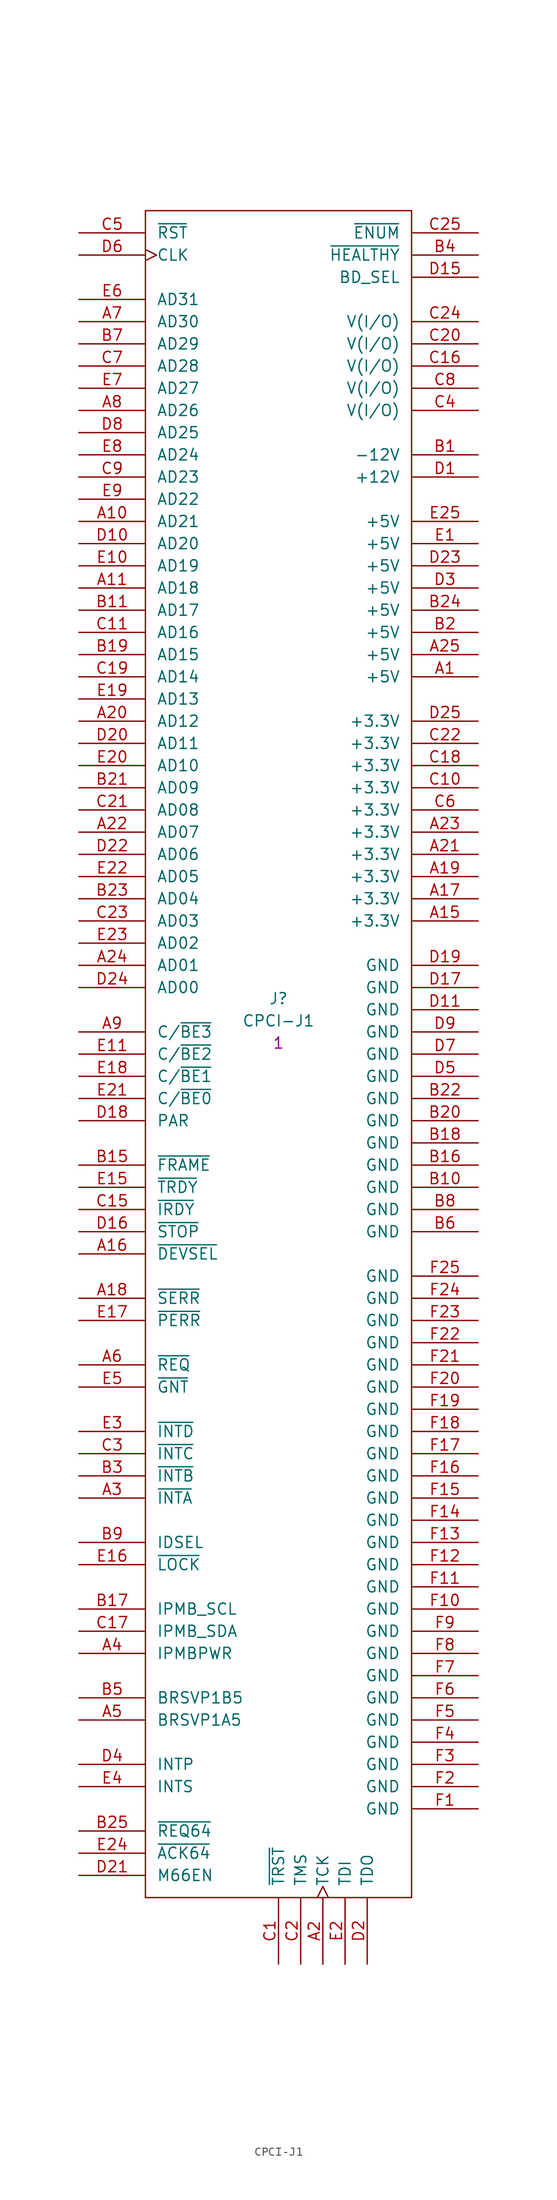
<source format=kicad_sym>
(kicad_symbol_lib
  (version 20211014)
  (generator kicad_symbol_editor)
  (symbol "CPCI-J1"
    (pin_names
      (offset 1.27))
    (property "Reference" "J"
      (at 22.86 -87.63 0)
      (effects (font (size 1.27 1.27))))
    (property "Value" "CPCI-J1"
      (at 22.86 -90.17 0)
      (effects (font (size 1.27 1.27))))
    (property "Qty" "1"
      (at 22.86 -92.71 0)
      (effects (font (size 1.27 1.27))))
    (symbol "CPCI-J1_0_1"
      (rectangle (start 7.62 2.54) (end 38.1 -190.5) (stroke (width 0) (type default) (color 0 0 0 0)) (fill (type none))))
    (symbol "CPCI-J1_1_1"
      (pin power_out line (at 45.72 -50.8 180) (length 7.62) (name "+5V" (effects (font (size 1.27 1.27)))) (number "A1" (effects (font (size 1.27 1.27)))))
      (pin bidirectional line (at 0 -33.02 0) (length 7.62) (name "AD21" (effects (font (size 1.27 1.27)))) (number "A10" (effects (font (size 1.27 1.27)))))
      (pin bidirectional line (at 0 -40.64 0) (length 7.62) (name "AD18" (effects (font (size 1.27 1.27)))) (number "A11" (effects (font (size 1.27 1.27)))))
      (pin power_out line (at 45.72 -78.74 180) (length 7.62) (name "+3.3V" (effects (font (size 1.27 1.27)))) (number "A15" (effects (font (size 1.27 1.27)))))
      (pin bidirectional line (at 0 -116.84 0) (length 7.62) (name "~{DEVSEL}" (effects (font (size 1.27 1.27)))) (number "A16" (effects (font (size 1.27 1.27)))))
      (pin power_out line (at 45.72 -76.2 180) (length 7.62) (name "+3.3V" (effects (font (size 1.27 1.27)))) (number "A17" (effects (font (size 1.27 1.27)))))
      (pin bidirectional line (at 0 -121.92 0) (length 7.62) (name "~{SERR}" (effects (font (size 1.27 1.27)))) (number "A18" (effects (font (size 1.27 1.27)))))
      (pin power_out line (at 45.72 -73.66 180) (length 7.62) (name "+3.3V" (effects (font (size 1.27 1.27)))) (number "A19" (effects (font (size 1.27 1.27)))))
      (pin input clock (at 27.94 -198.12 90) (length 7.62) (name "TCK" (effects (font (size 1.27 1.27)))) (number "A2" (effects (font (size 1.27 1.27)))))
      (pin bidirectional line (at 0 -55.88 0) (length 7.62) (name "AD12" (effects (font (size 1.27 1.27)))) (number "A20" (effects (font (size 1.27 1.27)))))
      (pin power_out line (at 45.72 -71.12 180) (length 7.62) (name "+3.3V" (effects (font (size 1.27 1.27)))) (number "A21" (effects (font (size 1.27 1.27)))))
      (pin bidirectional line (at 0 -68.58 0) (length 7.62) (name "AD07" (effects (font (size 1.27 1.27)))) (number "A22" (effects (font (size 1.27 1.27)))))
      (pin power_out line (at 45.72 -68.58 180) (length 7.62) (name "+3.3V" (effects (font (size 1.27 1.27)))) (number "A23" (effects (font (size 1.27 1.27)))))
      (pin bidirectional line (at 0 -83.82 0) (length 7.62) (name "AD01" (effects (font (size 1.27 1.27)))) (number "A24" (effects (font (size 1.27 1.27)))))
      (pin power_out line (at 45.72 -48.26 180) (length 7.62) (name "+5V" (effects (font (size 1.27 1.27)))) (number "A25" (effects (font (size 1.27 1.27)))))
      (pin output line (at 0 -144.78 0) (length 7.62) (name "~{INTA}" (effects (font (size 1.27 1.27)))) (number "A3" (effects (font (size 1.27 1.27)))))
      (pin passive line (at 0 -162.56 0) (length 7.62) (name "IPMBPWR" (effects (font (size 1.27 1.27)))) (number "A4" (effects (font (size 1.27 1.27)))))
      (pin passive line (at 0 -170.18 0) (length 7.62) (name "BRSVP1A5" (effects (font (size 1.27 1.27)))) (number "A5" (effects (font (size 1.27 1.27)))))
      (pin output line (at 0 -129.54 0) (length 7.62) (name "~{REQ}" (effects (font (size 1.27 1.27)))) (number "A6" (effects (font (size 1.27 1.27)))))
      (pin bidirectional line (at 0 -10.16 0) (length 7.62) (name "AD30" (effects (font (size 1.27 1.27)))) (number "A7" (effects (font (size 1.27 1.27)))))
      (pin bidirectional line (at 0 -20.32 0) (length 7.62) (name "AD26" (effects (font (size 1.27 1.27)))) (number "A8" (effects (font (size 1.27 1.27)))))
      (pin bidirectional line (at 0 -91.44 0) (length 7.62) (name "C/~{BE3}" (effects (font (size 1.27 1.27)))) (number "A9" (effects (font (size 1.27 1.27)))))
      (pin power_out line (at 45.72 -25.4 180) (length 7.62) (name "-12V" (effects (font (size 1.27 1.27)))) (number "B1" (effects (font (size 1.27 1.27)))))
      (pin power_in line (at 45.72 -109.22 180) (length 7.62) (name "GND" (effects (font (size 1.27 1.27)))) (number "B10" (effects (font (size 1.27 1.27)))))
      (pin bidirectional line (at 0 -43.18 0) (length 7.62) (name "AD17" (effects (font (size 1.27 1.27)))) (number "B11" (effects (font (size 1.27 1.27)))))
      (pin bidirectional line (at 0 -106.68 0) (length 7.62) (name "~{FRAME}" (effects (font (size 1.27 1.27)))) (number "B15" (effects (font (size 1.27 1.27)))))
      (pin power_in line (at 45.72 -106.68 180) (length 7.62) (name "GND" (effects (font (size 1.27 1.27)))) (number "B16" (effects (font (size 1.27 1.27)))))
      (pin passive line (at 0 -157.48 0) (length 7.62) (name "IPMB_SCL" (effects (font (size 1.27 1.27)))) (number "B17" (effects (font (size 1.27 1.27)))))
      (pin power_in line (at 45.72 -104.14 180) (length 7.62) (name "GND" (effects (font (size 1.27 1.27)))) (number "B18" (effects (font (size 1.27 1.27)))))
      (pin bidirectional line (at 0 -48.26 0) (length 7.62) (name "AD15" (effects (font (size 1.27 1.27)))) (number "B19" (effects (font (size 1.27 1.27)))))
      (pin power_out line (at 45.72 -45.72 180) (length 7.62) (name "+5V" (effects (font (size 1.27 1.27)))) (number "B2" (effects (font (size 1.27 1.27)))))
      (pin power_in line (at 45.72 -101.6 180) (length 7.62) (name "GND" (effects (font (size 1.27 1.27)))) (number "B20" (effects (font (size 1.27 1.27)))))
      (pin bidirectional line (at 0 -63.5 0) (length 7.62) (name "AD09" (effects (font (size 1.27 1.27)))) (number "B21" (effects (font (size 1.27 1.27)))))
      (pin power_in line (at 45.72 -99.06 180) (length 7.62) (name "GND" (effects (font (size 1.27 1.27)))) (number "B22" (effects (font (size 1.27 1.27)))))
      (pin bidirectional line (at 0 -76.2 0) (length 7.62) (name "AD04" (effects (font (size 1.27 1.27)))) (number "B23" (effects (font (size 1.27 1.27)))))
      (pin power_out line (at 45.72 -43.18 180) (length 7.62) (name "+5V" (effects (font (size 1.27 1.27)))) (number "B24" (effects (font (size 1.27 1.27)))))
      (pin bidirectional line (at 0 -182.88 0) (length 7.62) (name "~{REQ64}" (effects (font (size 1.27 1.27)))) (number "B25" (effects (font (size 1.27 1.27)))))
      (pin output line (at 0 -142.24 0) (length 7.62) (name "~{INTB}" (effects (font (size 1.27 1.27)))) (number "B3" (effects (font (size 1.27 1.27)))))
      (pin passive line (at 45.72 -2.54 180) (length 7.62) (name "~{HEALTHY}" (effects (font (size 1.27 1.27)))) (number "B4" (effects (font (size 1.27 1.27)))))
      (pin passive line (at 0 -167.64 0) (length 7.62) (name "BRSVP1B5" (effects (font (size 1.27 1.27)))) (number "B5" (effects (font (size 1.27 1.27)))))
      (pin power_in line (at 45.72 -114.3 180) (length 7.62) (name "GND" (effects (font (size 1.27 1.27)))) (number "B6" (effects (font (size 1.27 1.27)))))
      (pin bidirectional line (at 0 -12.7 0) (length 7.62) (name "AD29" (effects (font (size 1.27 1.27)))) (number "B7" (effects (font (size 1.27 1.27)))))
      (pin power_in line (at 45.72 -111.76 180) (length 7.62) (name "GND" (effects (font (size 1.27 1.27)))) (number "B8" (effects (font (size 1.27 1.27)))))
      (pin input line (at 0 -149.86 0) (length 7.62) (name "IDSEL" (effects (font (size 1.27 1.27)))) (number "B9" (effects (font (size 1.27 1.27)))))
      (pin input line (at 22.86 -198.12 90) (length 7.62) (name "~{TRST}" (effects (font (size 1.27 1.27)))) (number "C1" (effects (font (size 1.27 1.27)))))
      (pin power_out line (at 45.72 -63.5 180) (length 7.62) (name "+3.3V" (effects (font (size 1.27 1.27)))) (number "C10" (effects (font (size 1.27 1.27)))))
      (pin bidirectional line (at 0 -45.72 0) (length 7.62) (name "AD16" (effects (font (size 1.27 1.27)))) (number "C11" (effects (font (size 1.27 1.27)))))
      (pin bidirectional line (at 0 -111.76 0) (length 7.62) (name "~{IRDY}" (effects (font (size 1.27 1.27)))) (number "C15" (effects (font (size 1.27 1.27)))))
      (pin power_out line (at 45.72 -15.24 180) (length 7.62) (name "V(I/O)" (effects (font (size 1.27 1.27)))) (number "C16" (effects (font (size 1.27 1.27)))))
      (pin passive line (at 0 -160.02 0) (length 7.62) (name "IPMB_SDA" (effects (font (size 1.27 1.27)))) (number "C17" (effects (font (size 1.27 1.27)))))
      (pin power_out line (at 45.72 -60.96 180) (length 7.62) (name "+3.3V" (effects (font (size 1.27 1.27)))) (number "C18" (effects (font (size 1.27 1.27)))))
      (pin bidirectional line (at 0 -50.8 0) (length 7.62) (name "AD14" (effects (font (size 1.27 1.27)))) (number "C19" (effects (font (size 1.27 1.27)))))
      (pin input line (at 25.4 -198.12 90) (length 7.62) (name "TMS" (effects (font (size 1.27 1.27)))) (number "C2" (effects (font (size 1.27 1.27)))))
      (pin power_out line (at 45.72 -12.7 180) (length 7.62) (name "V(I/O)" (effects (font (size 1.27 1.27)))) (number "C20" (effects (font (size 1.27 1.27)))))
      (pin bidirectional line (at 0 -66.04 0) (length 7.62) (name "AD08" (effects (font (size 1.27 1.27)))) (number "C21" (effects (font (size 1.27 1.27)))))
      (pin power_out line (at 45.72 -58.42 180) (length 7.62) (name "+3.3V" (effects (font (size 1.27 1.27)))) (number "C22" (effects (font (size 1.27 1.27)))))
      (pin bidirectional line (at 0 -78.74 0) (length 7.62) (name "AD03" (effects (font (size 1.27 1.27)))) (number "C23" (effects (font (size 1.27 1.27)))))
      (pin power_out line (at 45.72 -10.16 180) (length 7.62) (name "V(I/O)" (effects (font (size 1.27 1.27)))) (number "C24" (effects (font (size 1.27 1.27)))))
      (pin passive line (at 45.72 0 180) (length 7.62) (name "~{ENUM}" (effects (font (size 1.27 1.27)))) (number "C25" (effects (font (size 1.27 1.27)))))
      (pin output line (at 0 -139.7 0) (length 7.62) (name "~{INTC}" (effects (font (size 1.27 1.27)))) (number "C3" (effects (font (size 1.27 1.27)))))
      (pin power_out line (at 45.72 -20.32 180) (length 7.62) (name "V(I/O)" (effects (font (size 1.27 1.27)))) (number "C4" (effects (font (size 1.27 1.27)))))
      (pin input line (at 0 0 0) (length 7.62) (name "~{RST}" (effects (font (size 1.27 1.27)))) (number "C5" (effects (font (size 1.27 1.27)))))
      (pin power_out line (at 45.72 -66.04 180) (length 7.62) (name "+3.3V" (effects (font (size 1.27 1.27)))) (number "C6" (effects (font (size 1.27 1.27)))))
      (pin bidirectional line (at 0 -15.24 0) (length 7.62) (name "AD28" (effects (font (size 1.27 1.27)))) (number "C7" (effects (font (size 1.27 1.27)))))
      (pin power_out line (at 45.72 -17.78 180) (length 7.62) (name "V(I/O)" (effects (font (size 1.27 1.27)))) (number "C8" (effects (font (size 1.27 1.27)))))
      (pin bidirectional line (at 0 -27.94 0) (length 7.62) (name "AD23" (effects (font (size 1.27 1.27)))) (number "C9" (effects (font (size 1.27 1.27)))))
      (pin power_out line (at 45.72 -27.94 180) (length 7.62) (name "+12V" (effects (font (size 1.27 1.27)))) (number "D1" (effects (font (size 1.27 1.27)))))
      (pin bidirectional line (at 0 -35.56 0) (length 7.62) (name "AD20" (effects (font (size 1.27 1.27)))) (number "D10" (effects (font (size 1.27 1.27)))))
      (pin power_in line (at 45.72 -88.9 180) (length 7.62) (name "GND" (effects (font (size 1.27 1.27)))) (number "D11" (effects (font (size 1.27 1.27)))))
      (pin passive line (at 45.72 -5.08 180) (length 7.62) (name "BD_SEL" (effects (font (size 1.27 1.27)))) (number "D15" (effects (font (size 1.27 1.27)))))
      (pin bidirectional line (at 0 -114.3 0) (length 7.62) (name "~{STOP}" (effects (font (size 1.27 1.27)))) (number "D16" (effects (font (size 1.27 1.27)))))
      (pin power_in line (at 45.72 -86.36 180) (length 7.62) (name "GND" (effects (font (size 1.27 1.27)))) (number "D17" (effects (font (size 1.27 1.27)))))
      (pin bidirectional line (at 0 -101.6 0) (length 7.62) (name "PAR" (effects (font (size 1.27 1.27)))) (number "D18" (effects (font (size 1.27 1.27)))))
      (pin power_in line (at 45.72 -83.82 180) (length 7.62) (name "GND" (effects (font (size 1.27 1.27)))) (number "D19" (effects (font (size 1.27 1.27)))))
      (pin output line (at 33.02 -198.12 90) (length 7.62) (name "TDO" (effects (font (size 1.27 1.27)))) (number "D2" (effects (font (size 1.27 1.27)))))
      (pin bidirectional line (at 0 -58.42 0) (length 7.62) (name "AD11" (effects (font (size 1.27 1.27)))) (number "D20" (effects (font (size 1.27 1.27)))))
      (pin passive line (at 0 -187.96 0) (length 7.62) (name "M66EN" (effects (font (size 1.27 1.27)))) (number "D21" (effects (font (size 1.27 1.27)))))
      (pin bidirectional line (at 0 -71.12 0) (length 7.62) (name "AD06" (effects (font (size 1.27 1.27)))) (number "D22" (effects (font (size 1.27 1.27)))))
      (pin power_out line (at 45.72 -38.1 180) (length 7.62) (name "+5V" (effects (font (size 1.27 1.27)))) (number "D23" (effects (font (size 1.27 1.27)))))
      (pin bidirectional line (at 0 -86.36 0) (length 7.62) (name "AD00" (effects (font (size 1.27 1.27)))) (number "D24" (effects (font (size 1.27 1.27)))))
      (pin power_out line (at 45.72 -55.88 180) (length 7.62) (name "+3.3V" (effects (font (size 1.27 1.27)))) (number "D25" (effects (font (size 1.27 1.27)))))
      (pin power_out line (at 45.72 -40.64 180) (length 7.62) (name "+5V" (effects (font (size 1.27 1.27)))) (number "D3" (effects (font (size 1.27 1.27)))))
      (pin passive line (at 0 -175.26 0) (length 7.62) (name "INTP" (effects (font (size 1.27 1.27)))) (number "D4" (effects (font (size 1.27 1.27)))))
      (pin power_in line (at 45.72 -96.52 180) (length 7.62) (name "GND" (effects (font (size 1.27 1.27)))) (number "D5" (effects (font (size 1.27 1.27)))))
      (pin output clock (at 0 -2.54 0) (length 7.62) (name "CLK" (effects (font (size 1.27 1.27)))) (number "D6" (effects (font (size 1.27 1.27)))))
      (pin power_in line (at 45.72 -93.98 180) (length 7.62) (name "GND" (effects (font (size 1.27 1.27)))) (number "D7" (effects (font (size 1.27 1.27)))))
      (pin bidirectional line (at 0 -22.86 0) (length 7.62) (name "AD25" (effects (font (size 1.27 1.27)))) (number "D8" (effects (font (size 1.27 1.27)))))
      (pin power_in line (at 45.72 -91.44 180) (length 7.62) (name "GND" (effects (font (size 1.27 1.27)))) (number "D9" (effects (font (size 1.27 1.27)))))
      (pin power_out line (at 45.72 -35.56 180) (length 7.62) (name "+5V" (effects (font (size 1.27 1.27)))) (number "E1" (effects (font (size 1.27 1.27)))))
      (pin bidirectional line (at 0 -38.1 0) (length 7.62) (name "AD19" (effects (font (size 1.27 1.27)))) (number "E10" (effects (font (size 1.27 1.27)))))
      (pin bidirectional line (at 0 -93.98 0) (length 7.62) (name "C/~{BE2}" (effects (font (size 1.27 1.27)))) (number "E11" (effects (font (size 1.27 1.27)))))
      (pin bidirectional line (at 0 -109.22 0) (length 7.62) (name "~{TRDY}" (effects (font (size 1.27 1.27)))) (number "E15" (effects (font (size 1.27 1.27)))))
      (pin bidirectional line (at 0 -152.4 0) (length 7.62) (name "~{LOCK}" (effects (font (size 1.27 1.27)))) (number "E16" (effects (font (size 1.27 1.27)))))
      (pin bidirectional line (at 0 -124.46 0) (length 7.62) (name "~{PERR}" (effects (font (size 1.27 1.27)))) (number "E17" (effects (font (size 1.27 1.27)))))
      (pin bidirectional line (at 0 -96.52 0) (length 7.62) (name "C/~{BE1}" (effects (font (size 1.27 1.27)))) (number "E18" (effects (font (size 1.27 1.27)))))
      (pin bidirectional line (at 0 -53.34 0) (length 7.62) (name "AD13" (effects (font (size 1.27 1.27)))) (number "E19" (effects (font (size 1.27 1.27)))))
      (pin input line (at 30.48 -198.12 90) (length 7.62) (name "TDI" (effects (font (size 1.27 1.27)))) (number "E2" (effects (font (size 1.27 1.27)))))
      (pin bidirectional line (at 0 -60.96 0) (length 7.62) (name "AD10" (effects (font (size 1.27 1.27)))) (number "E20" (effects (font (size 1.27 1.27)))))
      (pin bidirectional line (at 0 -99.06 0) (length 7.62) (name "C/~{BE0}" (effects (font (size 1.27 1.27)))) (number "E21" (effects (font (size 1.27 1.27)))))
      (pin bidirectional line (at 0 -73.66 0) (length 7.62) (name "AD05" (effects (font (size 1.27 1.27)))) (number "E22" (effects (font (size 1.27 1.27)))))
      (pin bidirectional line (at 0 -81.28 0) (length 7.62) (name "AD02" (effects (font (size 1.27 1.27)))) (number "E23" (effects (font (size 1.27 1.27)))))
      (pin bidirectional line (at 0 -185.42 0) (length 7.62) (name "~{ACK64}" (effects (font (size 1.27 1.27)))) (number "E24" (effects (font (size 1.27 1.27)))))
      (pin power_out line (at 45.72 -33.02 180) (length 7.62) (name "+5V" (effects (font (size 1.27 1.27)))) (number "E25" (effects (font (size 1.27 1.27)))))
      (pin output line (at 0 -137.16 0) (length 7.62) (name "~{INTD}" (effects (font (size 1.27 1.27)))) (number "E3" (effects (font (size 1.27 1.27)))))
      (pin passive line (at 0 -177.8 0) (length 7.62) (name "INTS" (effects (font (size 1.27 1.27)))) (number "E4" (effects (font (size 1.27 1.27)))))
      (pin input line (at 0 -132.08 0) (length 7.62) (name "~{GNT}" (effects (font (size 1.27 1.27)))) (number "E5" (effects (font (size 1.27 1.27)))))
      (pin bidirectional line (at 0 -7.62 0) (length 7.62) (name "AD31" (effects (font (size 1.27 1.27)))) (number "E6" (effects (font (size 1.27 1.27)))))
      (pin bidirectional line (at 0 -17.78 0) (length 7.62) (name "AD27" (effects (font (size 1.27 1.27)))) (number "E7" (effects (font (size 1.27 1.27)))))
      (pin bidirectional line (at 0 -25.4 0) (length 7.62) (name "AD24" (effects (font (size 1.27 1.27)))) (number "E8" (effects (font (size 1.27 1.27)))))
      (pin bidirectional line (at 0 -30.48 0) (length 7.62) (name "AD22" (effects (font (size 1.27 1.27)))) (number "E9" (effects (font (size 1.27 1.27)))))
      (pin power_in line (at 45.72 -180.34 180) (length 7.62) (name "GND" (effects (font (size 1.27 1.27)))) (number "F1" (effects (font (size 1.27 1.27)))))
      (pin power_in line (at 45.72 -157.48 180) (length 7.62) (name "GND" (effects (font (size 1.27 1.27)))) (number "F10" (effects (font (size 1.27 1.27)))))
      (pin power_in line (at 45.72 -154.94 180) (length 7.62) (name "GND" (effects (font (size 1.27 1.27)))) (number "F11" (effects (font (size 1.27 1.27)))))
      (pin power_in line (at 45.72 -152.4 180) (length 7.62) (name "GND" (effects (font (size 1.27 1.27)))) (number "F12" (effects (font (size 1.27 1.27)))))
      (pin power_in line (at 45.72 -149.86 180) (length 7.62) (name "GND" (effects (font (size 1.27 1.27)))) (number "F13" (effects (font (size 1.27 1.27)))))
      (pin power_in line (at 45.72 -147.32 180) (length 7.62) (name "GND" (effects (font (size 1.27 1.27)))) (number "F14" (effects (font (size 1.27 1.27)))))
      (pin power_in line (at 45.72 -144.78 180) (length 7.62) (name "GND" (effects (font (size 1.27 1.27)))) (number "F15" (effects (font (size 1.27 1.27)))))
      (pin power_in line (at 45.72 -142.24 180) (length 7.62) (name "GND" (effects (font (size 1.27 1.27)))) (number "F16" (effects (font (size 1.27 1.27)))))
      (pin power_in line (at 45.72 -139.7 180) (length 7.62) (name "GND" (effects (font (size 1.27 1.27)))) (number "F17" (effects (font (size 1.27 1.27)))))
      (pin power_in line (at 45.72 -137.16 180) (length 7.62) (name "GND" (effects (font (size 1.27 1.27)))) (number "F18" (effects (font (size 1.27 1.27)))))
      (pin power_in line (at 45.72 -134.62 180) (length 7.62) (name "GND" (effects (font (size 1.27 1.27)))) (number "F19" (effects (font (size 1.27 1.27)))))
      (pin power_in line (at 45.72 -177.8 180) (length 7.62) (name "GND" (effects (font (size 1.27 1.27)))) (number "F2" (effects (font (size 1.27 1.27)))))
      (pin power_in line (at 45.72 -132.08 180) (length 7.62) (name "GND" (effects (font (size 1.27 1.27)))) (number "F20" (effects (font (size 1.27 1.27)))))
      (pin power_in line (at 45.72 -129.54 180) (length 7.62) (name "GND" (effects (font (size 1.27 1.27)))) (number "F21" (effects (font (size 1.27 1.27)))))
      (pin power_in line (at 45.72 -127 180) (length 7.62) (name "GND" (effects (font (size 1.27 1.27)))) (number "F22" (effects (font (size 1.27 1.27)))))
      (pin power_in line (at 45.72 -124.46 180) (length 7.62) (name "GND" (effects (font (size 1.27 1.27)))) (number "F23" (effects (font (size 1.27 1.27)))))
      (pin power_in line (at 45.72 -121.92 180) (length 7.62) (name "GND" (effects (font (size 1.27 1.27)))) (number "F24" (effects (font (size 1.27 1.27)))))
      (pin power_in line (at 45.72 -119.38 180) (length 7.62) (name "GND" (effects (font (size 1.27 1.27)))) (number "F25" (effects (font (size 1.27 1.27)))))
      (pin power_in line (at 45.72 -175.26 180) (length 7.62) (name "GND" (effects (font (size 1.27 1.27)))) (number "F3" (effects (font (size 1.27 1.27)))))
      (pin power_in line (at 45.72 -172.72 180) (length 7.62) (name "GND" (effects (font (size 1.27 1.27)))) (number "F4" (effects (font (size 1.27 1.27)))))
      (pin power_in line (at 45.72 -170.18 180) (length 7.62) (name "GND" (effects (font (size 1.27 1.27)))) (number "F5" (effects (font (size 1.27 1.27)))))
      (pin power_in line (at 45.72 -167.64 180) (length 7.62) (name "GND" (effects (font (size 1.27 1.27)))) (number "F6" (effects (font (size 1.27 1.27)))))
      (pin power_in line (at 45.72 -165.1 180) (length 7.62) (name "GND" (effects (font (size 1.27 1.27)))) (number "F7" (effects (font (size 1.27 1.27)))))
      (pin power_in line (at 45.72 -162.56 180) (length 7.62) (name "GND" (effects (font (size 1.27 1.27)))) (number "F8" (effects (font (size 1.27 1.27)))))
      (pin power_in line (at 45.72 -160.02 180) (length 7.62) (name "GND" (effects (font (size 1.27 1.27)))) (number "F9" (effects (font (size 1.27 1.27))))))))
</source>
